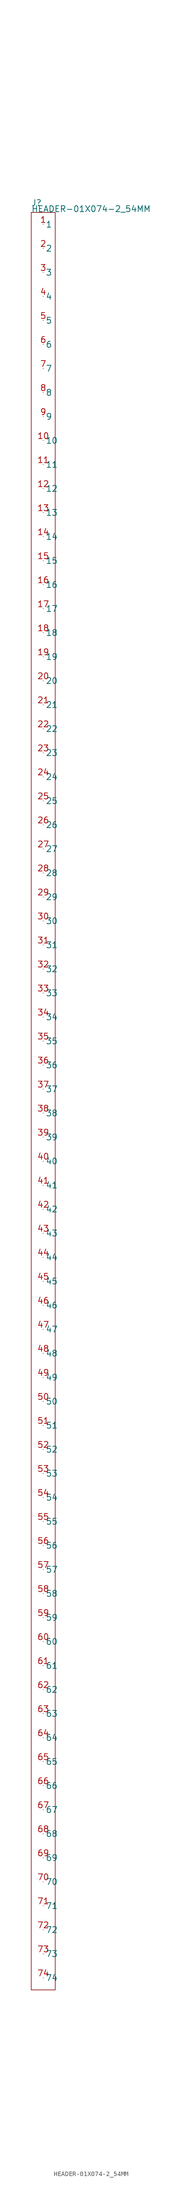
<source format=kicad_sym>
(kicad_symbol_lib
  (version 20211014)
  (generator kicad_symbol_editor)
  (symbol "HEADER-01X074-2_54MM"
    (pin_names)
    (property "Reference" "J"
      (at -2.54 189.23 0)
      (effects (font (size 1.27 1.27)) (justify left bottom)))
    (property "Value" "HEADER-01X074-2_54MM"
      (at -2.54 187.96 0)
      (effects (font (size 1.27 1.27)) (justify left bottom)))
    (property "Datasheet" ""
      (at 0 0 0))
    (property "ki_description" "Header 1x74  - Header Vertical 74POS 2.54MM Technical Specifications: Pitch: 0.1\" (2.54mm) "
      (at 0 0 0))
    (property "ki_fp_filters" "FlashPCB_Connectors:HEADER-THT-01X074-2_54MM FlashPCB_Connectors:HEADER-THT-LONG-01X074-2_54MM FlashPCB_Connectors:HEADER-THT-NOSILK-01X074-2_54MM FlashPCB_Connectors:HEADER-THT-LONG-NOSILK-01X074-2_54MM"
      (at 0 0 0))
    (symbol "HEADER-01X074-2_54MM_1_1"
      (polyline (pts (xy -2.54 187.96) (xy 2.54 187.96)) (stroke (width 0.127)) (fill (type none)))
      (polyline (pts (xy 2.54 187.96) (xy 2.54 -187.96)) (stroke (width 0.127)) (fill (type none)))
      (polyline (pts (xy 2.54 -187.96) (xy -2.54 -187.96)) (stroke (width 0.127)) (fill (type none)))
      (polyline (pts (xy -2.54 -187.96) (xy -2.54 187.96)) (stroke (width 0.127)) (fill (type none)))
      (pin bidirectional line (at 0 185.42 0) (length 0) (name "1" (effects (font (size 1.27 1.27)))) (number "1" (effects (font (size 1.27 1.27)))))
      (pin bidirectional line (at 0 180.34 0) (length 0) (name "2" (effects (font (size 1.27 1.27)))) (number "2" (effects (font (size 1.27 1.27)))))
      (pin bidirectional line (at 0 175.26 0) (length 0) (name "3" (effects (font (size 1.27 1.27)))) (number "3" (effects (font (size 1.27 1.27)))))
      (pin bidirectional line (at 0 170.18 0) (length 0) (name "4" (effects (font (size 1.27 1.27)))) (number "4" (effects (font (size 1.27 1.27)))))
      (pin bidirectional line (at 0 165.1 0) (length 0) (name "5" (effects (font (size 1.27 1.27)))) (number "5" (effects (font (size 1.27 1.27)))))
      (pin bidirectional line (at 0 160.02 0) (length 0) (name "6" (effects (font (size 1.27 1.27)))) (number "6" (effects (font (size 1.27 1.27)))))
      (pin bidirectional line (at 0 154.94 0) (length 0) (name "7" (effects (font (size 1.27 1.27)))) (number "7" (effects (font (size 1.27 1.27)))))
      (pin bidirectional line (at 0 149.86 0) (length 0) (name "8" (effects (font (size 1.27 1.27)))) (number "8" (effects (font (size 1.27 1.27)))))
      (pin bidirectional line (at 0 144.78 0) (length 0) (name "9" (effects (font (size 1.27 1.27)))) (number "9" (effects (font (size 1.27 1.27)))))
      (pin bidirectional line (at 0 139.7 0) (length 0) (name "10" (effects (font (size 1.27 1.27)))) (number "10" (effects (font (size 1.27 1.27)))))
      (pin bidirectional line (at 0 134.62 0) (length 0) (name "11" (effects (font (size 1.27 1.27)))) (number "11" (effects (font (size 1.27 1.27)))))
      (pin bidirectional line (at 0 129.54 0) (length 0) (name "12" (effects (font (size 1.27 1.27)))) (number "12" (effects (font (size 1.27 1.27)))))
      (pin bidirectional line (at 0 124.46 0) (length 0) (name "13" (effects (font (size 1.27 1.27)))) (number "13" (effects (font (size 1.27 1.27)))))
      (pin bidirectional line (at 0 119.38 0) (length 0) (name "14" (effects (font (size 1.27 1.27)))) (number "14" (effects (font (size 1.27 1.27)))))
      (pin bidirectional line (at 0 114.3 0) (length 0) (name "15" (effects (font (size 1.27 1.27)))) (number "15" (effects (font (size 1.27 1.27)))))
      (pin bidirectional line (at 0 109.22 0) (length 0) (name "16" (effects (font (size 1.27 1.27)))) (number "16" (effects (font (size 1.27 1.27)))))
      (pin bidirectional line (at 0 104.14 0) (length 0) (name "17" (effects (font (size 1.27 1.27)))) (number "17" (effects (font (size 1.27 1.27)))))
      (pin bidirectional line (at 0 99.06 0) (length 0) (name "18" (effects (font (size 1.27 1.27)))) (number "18" (effects (font (size 1.27 1.27)))))
      (pin bidirectional line (at 0 93.98 0) (length 0) (name "19" (effects (font (size 1.27 1.27)))) (number "19" (effects (font (size 1.27 1.27)))))
      (pin bidirectional line (at 0 88.9 0) (length 0) (name "20" (effects (font (size 1.27 1.27)))) (number "20" (effects (font (size 1.27 1.27)))))
      (pin bidirectional line (at 0 83.82 0) (length 0) (name "21" (effects (font (size 1.27 1.27)))) (number "21" (effects (font (size 1.27 1.27)))))
      (pin bidirectional line (at 0 78.74 0) (length 0) (name "22" (effects (font (size 1.27 1.27)))) (number "22" (effects (font (size 1.27 1.27)))))
      (pin bidirectional line (at 0 73.66 0) (length 0) (name "23" (effects (font (size 1.27 1.27)))) (number "23" (effects (font (size 1.27 1.27)))))
      (pin bidirectional line (at 0 68.58 0) (length 0) (name "24" (effects (font (size 1.27 1.27)))) (number "24" (effects (font (size 1.27 1.27)))))
      (pin bidirectional line (at 0 63.5 0) (length 0) (name "25" (effects (font (size 1.27 1.27)))) (number "25" (effects (font (size 1.27 1.27)))))
      (pin bidirectional line (at 0 58.42 0) (length 0) (name "26" (effects (font (size 1.27 1.27)))) (number "26" (effects (font (size 1.27 1.27)))))
      (pin bidirectional line (at 0 53.34 0) (length 0) (name "27" (effects (font (size 1.27 1.27)))) (number "27" (effects (font (size 1.27 1.27)))))
      (pin bidirectional line (at 0 48.26 0) (length 0) (name "28" (effects (font (size 1.27 1.27)))) (number "28" (effects (font (size 1.27 1.27)))))
      (pin bidirectional line (at 0 43.18 0) (length 0) (name "29" (effects (font (size 1.27 1.27)))) (number "29" (effects (font (size 1.27 1.27)))))
      (pin bidirectional line (at 0 38.1 0) (length 0) (name "30" (effects (font (size 1.27 1.27)))) (number "30" (effects (font (size 1.27 1.27)))))
      (pin bidirectional line (at 0 33.02 0) (length 0) (name "31" (effects (font (size 1.27 1.27)))) (number "31" (effects (font (size 1.27 1.27)))))
      (pin bidirectional line (at 0 27.94 0) (length 0) (name "32" (effects (font (size 1.27 1.27)))) (number "32" (effects (font (size 1.27 1.27)))))
      (pin bidirectional line (at 0 22.86 0) (length 0) (name "33" (effects (font (size 1.27 1.27)))) (number "33" (effects (font (size 1.27 1.27)))))
      (pin bidirectional line (at 0 17.78 0) (length 0) (name "34" (effects (font (size 1.27 1.27)))) (number "34" (effects (font (size 1.27 1.27)))))
      (pin bidirectional line (at 0 12.7 0) (length 0) (name "35" (effects (font (size 1.27 1.27)))) (number "35" (effects (font (size 1.27 1.27)))))
      (pin bidirectional line (at 0 7.62 0) (length 0) (name "36" (effects (font (size 1.27 1.27)))) (number "36" (effects (font (size 1.27 1.27)))))
      (pin bidirectional line (at 0 2.54 0) (length 0) (name "37" (effects (font (size 1.27 1.27)))) (number "37" (effects (font (size 1.27 1.27)))))
      (pin bidirectional line (at 0 -2.54 0) (length 0) (name "38" (effects (font (size 1.27 1.27)))) (number "38" (effects (font (size 1.27 1.27)))))
      (pin bidirectional line (at 0 -7.62 0) (length 0) (name "39" (effects (font (size 1.27 1.27)))) (number "39" (effects (font (size 1.27 1.27)))))
      (pin bidirectional line (at 0 -12.7 0) (length 0) (name "40" (effects (font (size 1.27 1.27)))) (number "40" (effects (font (size 1.27 1.27)))))
      (pin bidirectional line (at 0 -17.78 0) (length 0) (name "41" (effects (font (size 1.27 1.27)))) (number "41" (effects (font (size 1.27 1.27)))))
      (pin bidirectional line (at 0 -22.86 0) (length 0) (name "42" (effects (font (size 1.27 1.27)))) (number "42" (effects (font (size 1.27 1.27)))))
      (pin bidirectional line (at 0 -27.94 0) (length 0) (name "43" (effects (font (size 1.27 1.27)))) (number "43" (effects (font (size 1.27 1.27)))))
      (pin bidirectional line (at 0 -33.02 0) (length 0) (name "44" (effects (font (size 1.27 1.27)))) (number "44" (effects (font (size 1.27 1.27)))))
      (pin bidirectional line (at 0 -38.1 0) (length 0) (name "45" (effects (font (size 1.27 1.27)))) (number "45" (effects (font (size 1.27 1.27)))))
      (pin bidirectional line (at 0 -43.18 0) (length 0) (name "46" (effects (font (size 1.27 1.27)))) (number "46" (effects (font (size 1.27 1.27)))))
      (pin bidirectional line (at 0 -48.26 0) (length 0) (name "47" (effects (font (size 1.27 1.27)))) (number "47" (effects (font (size 1.27 1.27)))))
      (pin bidirectional line (at 0 -53.34 0) (length 0) (name "48" (effects (font (size 1.27 1.27)))) (number "48" (effects (font (size 1.27 1.27)))))
      (pin bidirectional line (at 0 -58.42 0) (length 0) (name "49" (effects (font (size 1.27 1.27)))) (number "49" (effects (font (size 1.27 1.27)))))
      (pin bidirectional line (at 0 -63.5 0) (length 0) (name "50" (effects (font (size 1.27 1.27)))) (number "50" (effects (font (size 1.27 1.27)))))
      (pin bidirectional line (at 0 -68.58 0) (length 0) (name "51" (effects (font (size 1.27 1.27)))) (number "51" (effects (font (size 1.27 1.27)))))
      (pin bidirectional line (at 0 -73.66 0) (length 0) (name "52" (effects (font (size 1.27 1.27)))) (number "52" (effects (font (size 1.27 1.27)))))
      (pin bidirectional line (at 0 -78.74 0) (length 0) (name "53" (effects (font (size 1.27 1.27)))) (number "53" (effects (font (size 1.27 1.27)))))
      (pin bidirectional line (at 0 -83.82 0) (length 0) (name "54" (effects (font (size 1.27 1.27)))) (number "54" (effects (font (size 1.27 1.27)))))
      (pin bidirectional line (at 0 -88.9 0) (length 0) (name "55" (effects (font (size 1.27 1.27)))) (number "55" (effects (font (size 1.27 1.27)))))
      (pin bidirectional line (at 0 -93.98 0) (length 0) (name "56" (effects (font (size 1.27 1.27)))) (number "56" (effects (font (size 1.27 1.27)))))
      (pin bidirectional line (at 0 -99.06 0) (length 0) (name "57" (effects (font (size 1.27 1.27)))) (number "57" (effects (font (size 1.27 1.27)))))
      (pin bidirectional line (at 0 -104.14 0) (length 0) (name "58" (effects (font (size 1.27 1.27)))) (number "58" (effects (font (size 1.27 1.27)))))
      (pin bidirectional line (at 0 -109.22 0) (length 0) (name "59" (effects (font (size 1.27 1.27)))) (number "59" (effects (font (size 1.27 1.27)))))
      (pin bidirectional line (at 0 -114.3 0) (length 0) (name "60" (effects (font (size 1.27 1.27)))) (number "60" (effects (font (size 1.27 1.27)))))
      (pin bidirectional line (at 0 -119.38 0) (length 0) (name "61" (effects (font (size 1.27 1.27)))) (number "61" (effects (font (size 1.27 1.27)))))
      (pin bidirectional line (at 0 -124.46 0) (length 0) (name "62" (effects (font (size 1.27 1.27)))) (number "62" (effects (font (size 1.27 1.27)))))
      (pin bidirectional line (at 0 -129.54 0) (length 0) (name "63" (effects (font (size 1.27 1.27)))) (number "63" (effects (font (size 1.27 1.27)))))
      (pin bidirectional line (at 0 -134.62 0) (length 0) (name "64" (effects (font (size 1.27 1.27)))) (number "64" (effects (font (size 1.27 1.27)))))
      (pin bidirectional line (at 0 -139.7 0) (length 0) (name "65" (effects (font (size 1.27 1.27)))) (number "65" (effects (font (size 1.27 1.27)))))
      (pin bidirectional line (at 0 -144.78 0) (length 0) (name "66" (effects (font (size 1.27 1.27)))) (number "66" (effects (font (size 1.27 1.27)))))
      (pin bidirectional line (at 0 -149.86 0) (length 0) (name "67" (effects (font (size 1.27 1.27)))) (number "67" (effects (font (size 1.27 1.27)))))
      (pin bidirectional line (at 0 -154.94 0) (length 0) (name "68" (effects (font (size 1.27 1.27)))) (number "68" (effects (font (size 1.27 1.27)))))
      (pin bidirectional line (at 0 -160.02 0) (length 0) (name "69" (effects (font (size 1.27 1.27)))) (number "69" (effects (font (size 1.27 1.27)))))
      (pin bidirectional line (at 0 -165.1 0) (length 0) (name "70" (effects (font (size 1.27 1.27)))) (number "70" (effects (font (size 1.27 1.27)))))
      (pin bidirectional line (at 0 -170.18 0) (length 0) (name "71" (effects (font (size 1.27 1.27)))) (number "71" (effects (font (size 1.27 1.27)))))
      (pin bidirectional line (at 0 -175.26 0) (length 0) (name "72" (effects (font (size 1.27 1.27)))) (number "72" (effects (font (size 1.27 1.27)))))
      (pin bidirectional line (at 0 -180.34 0) (length 0) (name "73" (effects (font (size 1.27 1.27)))) (number "73" (effects (font (size 1.27 1.27)))))
      (pin bidirectional line (at 0 -185.42 0) (length 0) (name "74" (effects (font (size 1.27 1.27)))) (number "74" (effects (font (size 1.27 1.27))))))))
</source>
